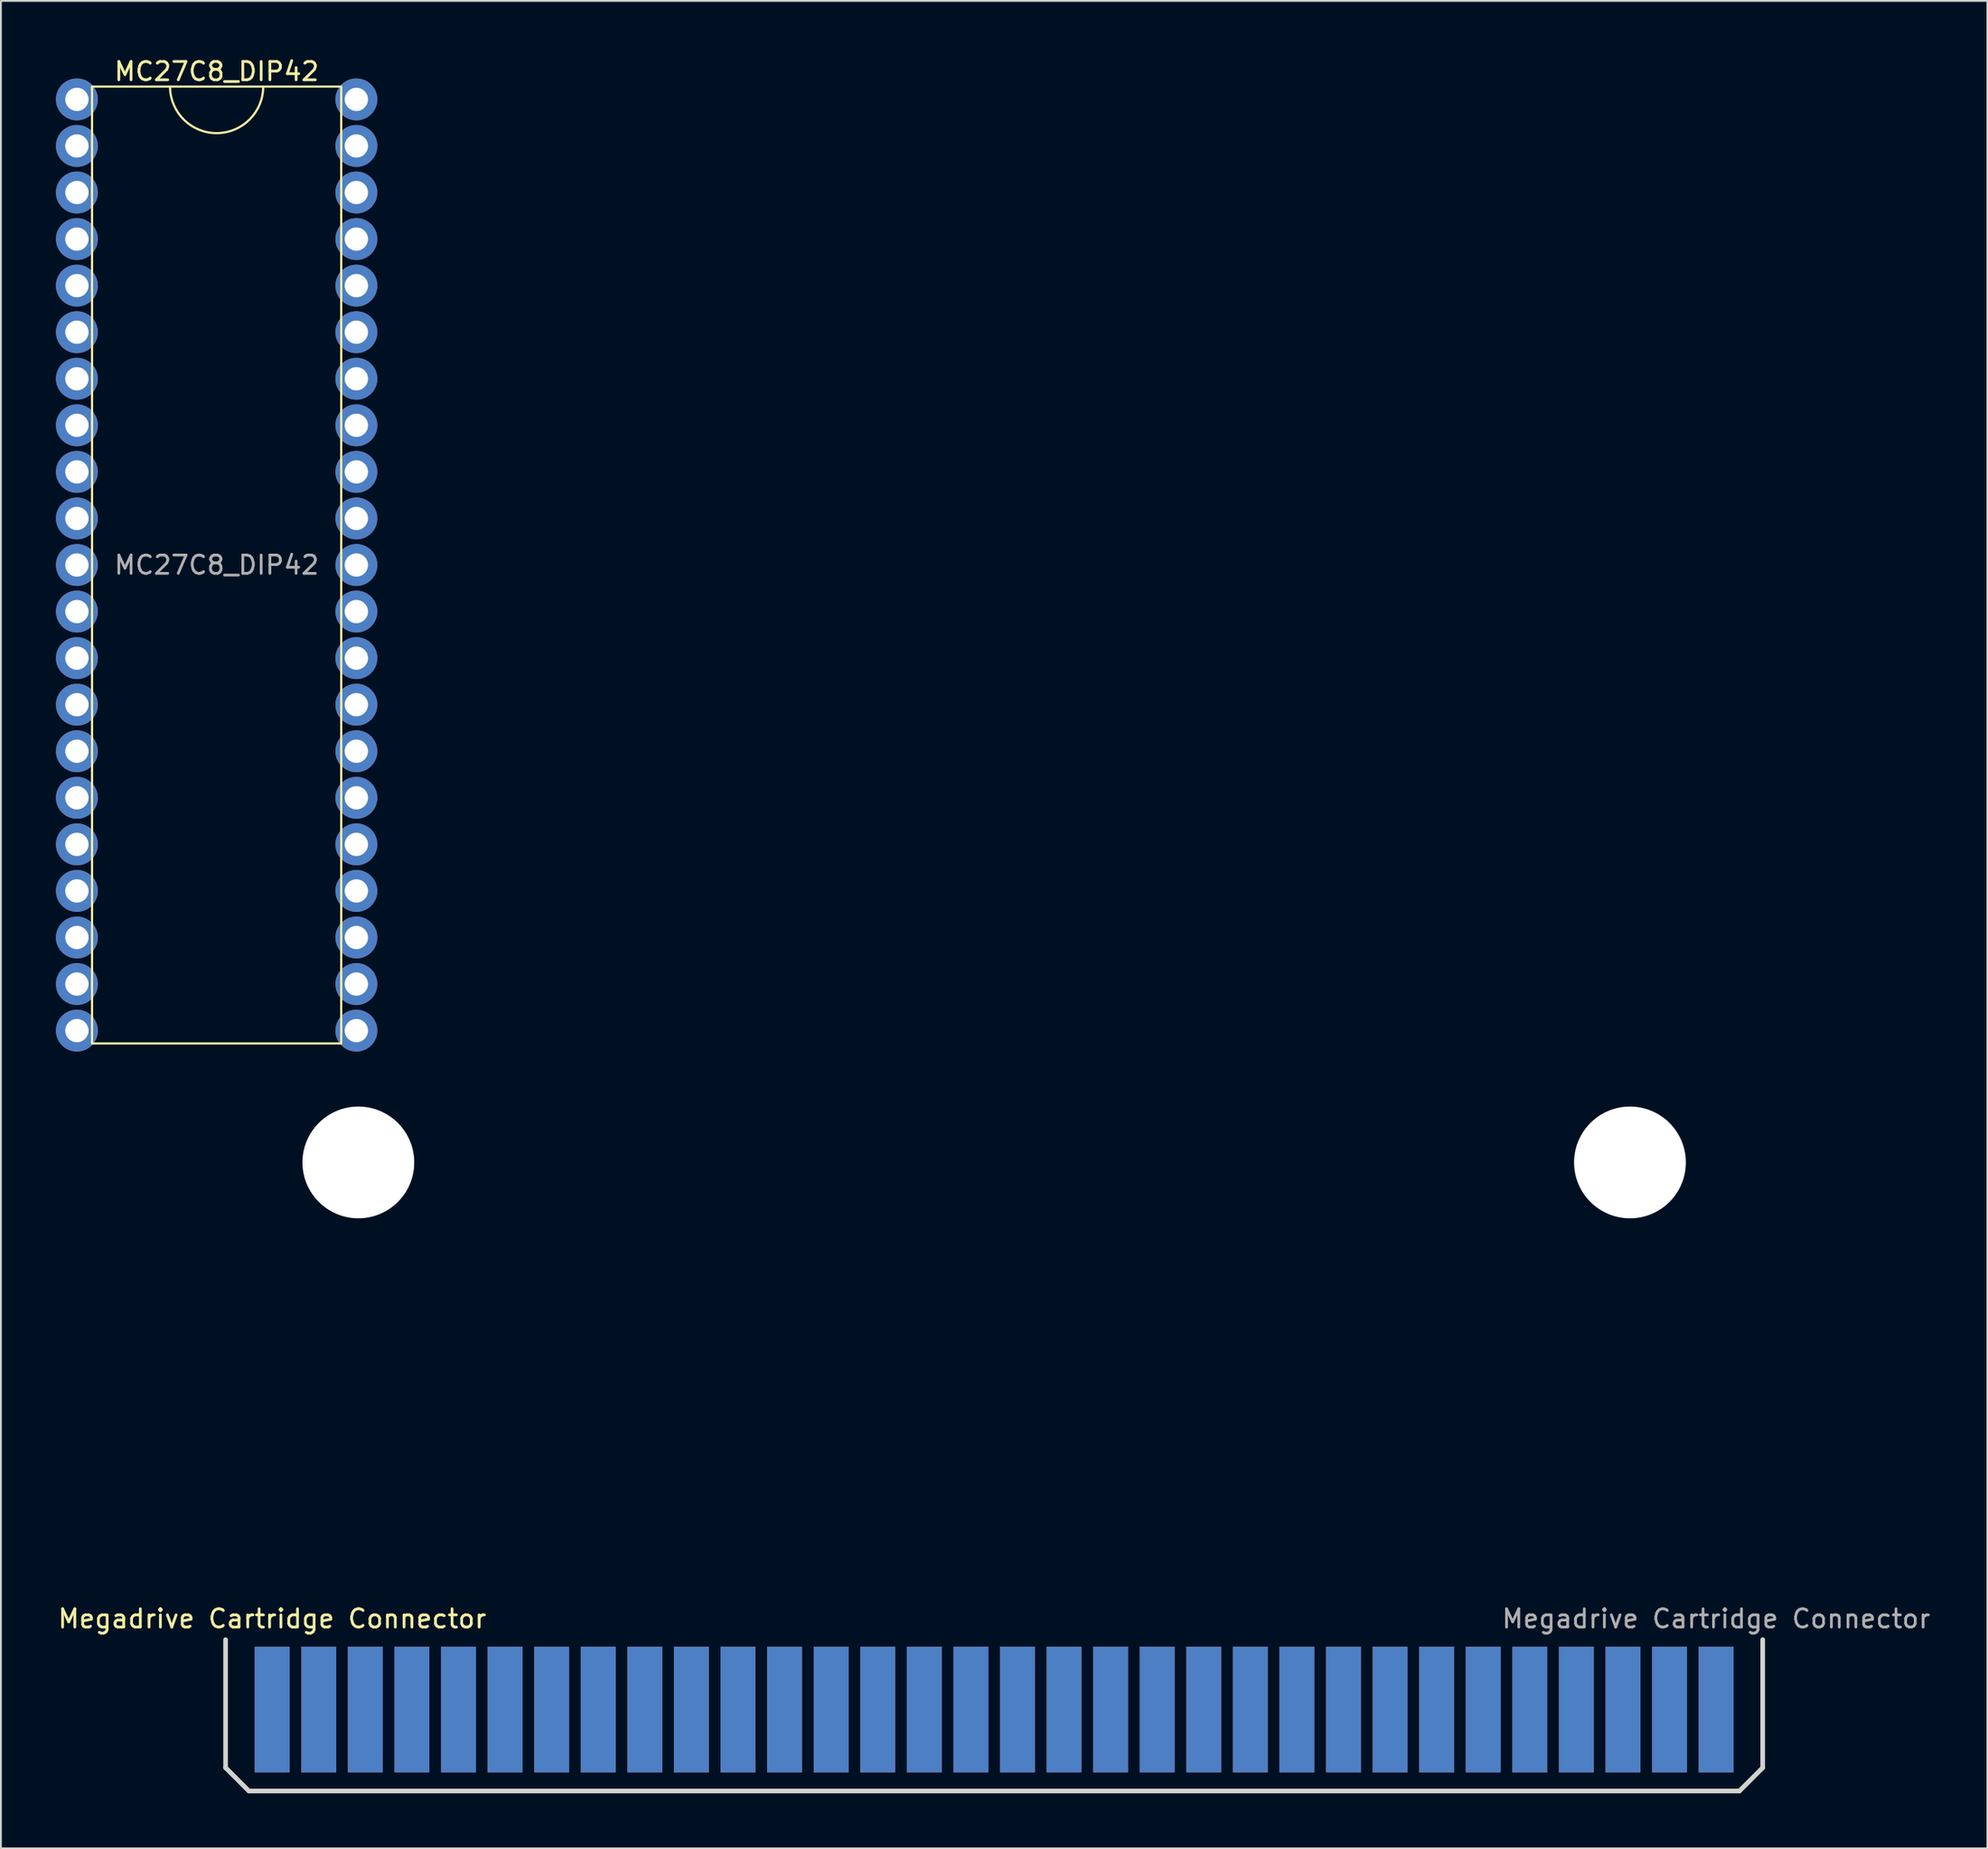
<source format=kicad_pcb>
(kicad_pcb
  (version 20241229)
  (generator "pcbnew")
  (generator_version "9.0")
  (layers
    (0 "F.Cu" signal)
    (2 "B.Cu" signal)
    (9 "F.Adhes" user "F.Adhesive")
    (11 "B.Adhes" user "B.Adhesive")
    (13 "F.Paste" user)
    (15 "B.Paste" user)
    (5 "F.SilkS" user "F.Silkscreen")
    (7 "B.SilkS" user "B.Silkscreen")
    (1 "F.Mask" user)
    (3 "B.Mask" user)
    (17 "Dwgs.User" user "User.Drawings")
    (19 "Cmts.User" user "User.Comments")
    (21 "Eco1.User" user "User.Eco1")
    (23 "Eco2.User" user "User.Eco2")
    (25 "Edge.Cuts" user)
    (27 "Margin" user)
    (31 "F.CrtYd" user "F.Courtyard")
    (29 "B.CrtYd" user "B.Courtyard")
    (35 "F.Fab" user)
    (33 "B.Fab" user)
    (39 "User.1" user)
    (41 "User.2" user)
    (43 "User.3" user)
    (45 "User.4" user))
  (footprint "MC27C8_DIP42"
    (layer "F.Cu")
    (at 8.763 27.772)
    (property "Reference" "MC27C8_DIP42" (at 0 -26.924 0) (unlocked yes) (layer "F.SilkS") (effects (font (size 1 1) (thickness 0.15))))
    (attr through_hole)
    (fp_rect (start -6.795 -26.099) (end 6.795 26.099) (stroke (width 0.12) (type solid)) (fill no) (layer "F.SilkS"))
    (fp_arc (start 2.54 -26.0985) (mid 0.031742 -23.558698) (end -2.539207 -26.03502) (stroke (width 0.12) (type solid)) (layer "F.SilkS"))
    (fp_text user "${REFERENCE}" (at 0 0 0) (unlocked yes) (layer "F.Fab") (effects (font (size 1 1) (thickness 0.15))))
    (pad "1" thru_hole circle (at -7.62 -25.4) (size 2.286 2.286) (drill 1.27) (layers "*.Cu" "*.Mask"))
    (pad "2" thru_hole circle (at -7.62 -22.86) (size 2.286 2.286) (drill 1.27) (layers "*.Cu" "*.Mask"))
    (pad "3" thru_hole circle (at -7.62 -20.32) (size 2.286 2.286) (drill 1.27) (layers "*.Cu" "*.Mask"))
    (pad "4" thru_hole circle (at -7.62 -17.78) (size 2.286 2.286) (drill 1.27) (layers "*.Cu" "*.Mask"))
    (pad "5" thru_hole circle (at -7.62 -15.24) (size 2.286 2.286) (drill 1.27) (layers "*.Cu" "*.Mask"))
    (pad "6" thru_hole circle (at -7.62 -12.7) (size 2.286 2.286) (drill 1.27) (layers "*.Cu" "*.Mask"))
    (pad "7" thru_hole circle (at -7.62 -10.16) (size 2.286 2.286) (drill 1.27) (layers "*.Cu" "*.Mask"))
    (pad "8" thru_hole circle (at -7.62 -7.62) (size 2.286 2.286) (drill 1.27) (layers "*.Cu" "*.Mask"))
    (pad "9" thru_hole circle (at -7.62 -5.08) (size 2.286 2.286) (drill 1.27) (layers "*.Cu" "*.Mask"))
    (pad "10" thru_hole circle (at -7.62 -2.54) (size 2.286 2.286) (drill 1.27) (layers "*.Cu" "*.Mask"))
    (pad "11" thru_hole circle (at -7.62 0) (size 2.286 2.286) (drill 1.27) (layers "*.Cu" "*.Mask"))
    (pad "12" thru_hole circle (at -7.62 2.54) (size 2.286 2.286) (drill 1.27) (layers "*.Cu" "*.Mask"))
    (pad "13" thru_hole circle (at -7.62 5.08) (size 2.286 2.286) (drill 1.27) (layers "*.Cu" "*.Mask"))
    (pad "14" thru_hole circle (at -7.62 7.62) (size 2.286 2.286) (drill 1.27) (layers "*.Cu" "*.Mask"))
    (pad "15" thru_hole circle (at -7.62 10.16) (size 2.286 2.286) (drill 1.27) (layers "*.Cu" "*.Mask"))
    (pad "16" thru_hole circle (at -7.62 12.7) (size 2.286 2.286) (drill 1.27) (layers "*.Cu" "*.Mask"))
    (pad "17" thru_hole circle (at -7.62 15.24) (size 2.286 2.286) (drill 1.27) (layers "*.Cu" "*.Mask"))
    (pad "18" thru_hole circle (at -7.62 17.78) (size 2.286 2.286) (drill 1.27) (layers "*.Cu" "*.Mask"))
    (pad "19" thru_hole circle (at -7.62 20.32) (size 2.286 2.286) (drill 1.27) (layers "*.Cu" "*.Mask"))
    (pad "20" thru_hole circle (at -7.62 22.86) (size 2.286 2.286) (drill 1.27) (layers "*.Cu" "*.Mask"))
    (pad "21" thru_hole circle (at -7.62 25.4) (size 2.286 2.286) (drill 1.27) (layers "*.Cu" "*.Mask"))
    (pad "22" thru_hole circle (at 7.62 25.4) (size 2.286 2.286) (drill 1.27) (layers "*.Cu" "*.Mask"))
    (pad "23" thru_hole circle (at 7.62 22.86) (size 2.286 2.286) (drill 1.27) (layers "*.Cu" "*.Mask"))
    (pad "24" thru_hole circle (at 7.62 20.32) (size 2.286 2.286) (drill 1.27) (layers "*.Cu" "*.Mask"))
    (pad "25" thru_hole circle (at 7.62 17.78) (size 2.286 2.286) (drill 1.27) (layers "*.Cu" "*.Mask"))
    (pad "26" thru_hole circle (at 7.62 15.24) (size 2.286 2.286) (drill 1.27) (layers "*.Cu" "*.Mask"))
    (pad "27" thru_hole circle (at 7.62 12.7) (size 2.286 2.286) (drill 1.27) (layers "*.Cu" "*.Mask"))
    (pad "28" thru_hole circle (at 7.62 10.16) (size 2.286 2.286) (drill 1.27) (layers "*.Cu" "*.Mask"))
    (pad "29" thru_hole circle (at 7.62 7.62) (size 2.286 2.286) (drill 1.27) (layers "*.Cu" "*.Mask"))
    (pad "30" thru_hole circle (at 7.62 5.08) (size 2.286 2.286) (drill 1.27) (layers "*.Cu" "*.Mask"))
    (pad "31" thru_hole circle (at 7.62 2.54) (size 2.286 2.286) (drill 1.27) (layers "*.Cu" "*.Mask"))
    (pad "32" thru_hole circle (at 7.62 0) (size 2.286 2.286) (drill 1.27) (layers "*.Cu" "*.Mask"))
    (pad "33" thru_hole circle (at 7.62 -2.54) (size 2.286 2.286) (drill 1.27) (layers "*.Cu" "*.Mask"))
    (pad "34" thru_hole circle (at 7.62 -5.08) (size 2.286 2.286) (drill 1.27) (layers "*.Cu" "*.Mask"))
    (pad "35" thru_hole circle (at 7.62 -7.62) (size 2.286 2.286) (drill 1.27) (layers "*.Cu" "*.Mask"))
    (pad "36" thru_hole circle (at 7.62 -10.16) (size 2.286 2.286) (drill 1.27) (layers "*.Cu" "*.Mask"))
    (pad "37" thru_hole circle (at 7.62 -12.7) (size 2.286 2.286) (drill 1.27) (layers "*.Cu" "*.Mask"))
    (pad "38" thru_hole circle (at 7.62 -15.24) (size 2.286 2.286) (drill 1.27) (layers "*.Cu" "*.Mask"))
    (pad "39" thru_hole circle (at 7.62 -17.78) (size 2.286 2.286) (drill 1.27) (layers "*.Cu" "*.Mask"))
    (pad "40" thru_hole circle (at 7.62 -20.32) (size 2.286 2.286) (drill 1.27) (layers "*.Cu" "*.Mask"))
    (pad "41" thru_hole circle (at 7.62 -22.86) (size 2.286 2.286) (drill 1.27) (layers "*.Cu" "*.Mask"))
    (pad "42" thru_hole circle (at 7.62 -25.4) (size 2.286 2.286) (drill 1.27) (layers "*.Cu" "*.Mask")))
  (footprint "Megadrive Cartridge Connector"
    (layer "F.Cu")
    (at 51.162 77.635)
    (property "Reference" "Megadrive Cartridge Connector" (at -39.37 7.62 0) (unlocked yes) (layer "F.SilkS") (effects (font (size 1 1) (thickness 0.15))))
    (attr through_hole)
    (fp_poly (pts (xy -41.91 8.636) (xy 41.91 8.636) (xy 41.91 15.621) (xy 40.64 16.891) (xy -40.64 16.891) (xy -41.91 15.621)) (stroke (width 0.1) (type solid)) (fill yes) (layer "F.Mask"))
    (fp_poly (pts (xy -41.91 8.636) (xy 41.91 8.636) (xy 41.91 15.621) (xy 40.64 16.891) (xy -40.64 16.891) (xy -41.91 15.621)) (stroke (width 0.1) (type solid)) (fill yes) (layer "B.Mask"))
    (fp_line (start -41.91 8.763) (end -41.91 15.748) (stroke (width 0.254) (type solid)) (layer "Edge.Cuts"))
    (fp_line (start -41.91 15.748) (end -40.64 17.018) (stroke (width 0.254) (type solid)) (layer "Edge.Cuts"))
    (fp_line (start -40.64 17.018) (end 40.64 17.018) (stroke (width 0.254) (type solid)) (layer "Edge.Cuts"))
    (fp_line (start 40.64 17.018) (end 41.91 15.748) (stroke (width 0.254) (type solid)) (layer "Edge.Cuts"))
    (fp_line (start 41.91 15.748) (end 41.91 8.763) (stroke (width 0.254) (type solid)) (layer "Edge.Cuts"))
    (fp_text user "${REFERENCE}" (at 39.37 7.62 0) (unlocked yes) (layer "F.Fab") (effects (font (size 1 1) (thickness 0.15))))
    (pad "" np_thru_hole circle (at -34.671 -17.272) (size 6.096 6.096) (drill 6.096) (layers "*.Cu" "*.Mask"))
    (pad "" np_thru_hole circle (at 34.671 -17.272) (size 6.096 6.096) (drill 6.096) (layers "*.Cu" "*.Mask"))
    (pad "A1" smd rect (at -39.37 12.573) (size 1.905 6.858) (layers "B.Cu"))
    (pad "A2" smd rect (at -36.83 12.573) (size 1.905 6.858) (layers "B.Cu"))
    (pad "A3" smd rect (at -34.29 12.573) (size 1.905 6.858) (layers "B.Cu"))
    (pad "A4" smd rect (at -31.75 12.573) (size 1.905 6.858) (layers "B.Cu"))
    (pad "A5" smd rect (at -29.21 12.573) (size 1.905 6.858) (layers "B.Cu"))
    (pad "A6" smd rect (at -26.67 12.573) (size 1.905 6.858) (layers "B.Cu"))
    (pad "A7" smd rect (at -24.13 12.573) (size 1.905 6.858) (layers "B.Cu"))
    (pad "A8" smd rect (at -21.59 12.573) (size 1.905 6.858) (layers "B.Cu"))
    (pad "A9" smd rect (at -19.05 12.573) (size 1.905 6.858) (layers "B.Cu"))
    (pad "A10" smd rect (at -16.51 12.573) (size 1.905 6.858) (layers "B.Cu"))
    (pad "A11" smd rect (at -13.97 12.573) (size 1.905 6.858) (layers "B.Cu"))
    (pad "A12" smd rect (at -11.43 12.573) (size 1.905 6.858) (layers "B.Cu"))
    (pad "A13" smd rect (at -8.89 12.573) (size 1.905 6.858) (layers "B.Cu"))
    (pad "A14" smd rect (at -6.35 12.573) (size 1.905 6.858) (layers "B.Cu"))
    (pad "A15" smd rect (at -3.81 12.573) (size 1.905 6.858) (layers "B.Cu"))
    (pad "A16" smd rect (at -1.27 12.573) (size 1.905 6.858) (layers "B.Cu"))
    (pad "A17" smd rect (at 1.27 12.573) (size 1.905 6.858) (layers "B.Cu"))
    (pad "A18" smd rect (at 3.81 12.573) (size 1.905 6.858) (layers "B.Cu"))
    (pad "A19" smd rect (at 6.35 12.573) (size 1.905 6.858) (layers "B.Cu"))
    (pad "A20" smd rect (at 8.89 12.573) (size 1.905 6.858) (layers "B.Cu"))
    (pad "A21" smd rect (at 11.43 12.573) (size 1.905 6.858) (layers "B.Cu"))
    (pad "A22" smd rect (at 13.97 12.573) (size 1.905 6.858) (layers "B.Cu"))
    (pad "A23" smd rect (at 16.51 12.573) (size 1.905 6.858) (layers "B.Cu"))
    (pad "A24" smd rect (at 19.05 12.573) (size 1.905 6.858) (layers "B.Cu"))
    (pad "A25" smd rect (at 21.59 12.573) (size 1.905 6.858) (layers "B.Cu"))
    (pad "A26" smd rect (at 24.13 12.573) (size 1.905 6.858) (layers "B.Cu"))
    (pad "A27" smd rect (at 26.67 12.573) (size 1.905 6.858) (layers "B.Cu"))
    (pad "A28" smd rect (at 29.21 12.573) (size 1.905 6.858) (layers "B.Cu"))
    (pad "A29" smd rect (at 31.75 12.573) (size 1.905 6.858) (layers "B.Cu"))
    (pad "A30" smd rect (at 34.29 12.573) (size 1.905 6.858) (layers "B.Cu"))
    (pad "A31" smd rect (at 36.83 12.573) (size 1.905 6.858) (layers "B.Cu"))
    (pad "A32" smd rect (at 39.37 12.573) (size 1.905 6.858) (layers "B.Cu"))
    (pad "B1" smd rect (at -39.37 12.573) (size 1.905 6.858) (layers "F.Cu"))
    (pad "B2" smd rect (at -36.83 12.573) (size 1.905 6.858) (layers "F.Cu"))
    (pad "B3" smd rect (at -34.29 12.573) (size 1.905 6.858) (layers "F.Cu"))
    (pad "B4" smd rect (at -31.75 12.573) (size 1.905 6.858) (layers "F.Cu"))
    (pad "B5" smd rect (at -29.21 12.573) (size 1.905 6.858) (layers "F.Cu"))
    (pad "B6" smd rect (at -26.67 12.573) (size 1.905 6.858) (layers "F.Cu"))
    (pad "B7" smd rect (at -24.13 12.573) (size 1.905 6.858) (layers "F.Cu"))
    (pad "B8" smd rect (at -21.59 12.573) (size 1.905 6.858) (layers "F.Cu"))
    (pad "B9" smd rect (at -19.05 12.573) (size 1.905 6.858) (layers "F.Cu"))
    (pad "B10" smd rect (at -16.51 12.573) (size 1.905 6.858) (layers "F.Cu"))
    (pad "B11" smd rect (at -13.97 12.573) (size 1.905 6.858) (layers "F.Cu"))
    (pad "B12" smd rect (at -11.43 12.573) (size 1.905 6.858) (layers "F.Cu"))
    (pad "B13" smd rect (at -8.89 12.573) (size 1.905 6.858) (layers "F.Cu"))
    (pad "B14" smd rect (at -6.35 12.573) (size 1.905 6.858) (layers "F.Cu"))
    (pad "B15" smd rect (at -3.81 12.573) (size 1.905 6.858) (layers "F.Cu"))
    (pad "B16" smd rect (at -1.27 12.573) (size 1.905 6.858) (layers "F.Cu"))
    (pad "B17" smd rect (at 1.27 12.573) (size 1.905 6.858) (layers "F.Cu"))
    (pad "B18" smd rect (at 3.81 12.573) (size 1.905 6.858) (layers "F.Cu"))
    (pad "B19" smd rect (at 6.35 12.573) (size 1.905 6.858) (layers "F.Cu"))
    (pad "B20" smd rect (at 8.89 12.573) (size 1.905 6.858) (layers "F.Cu"))
    (pad "B21" smd rect (at 11.43 12.573) (size 1.905 6.858) (layers "F.Cu"))
    (pad "B22" smd rect (at 13.97 12.573) (size 1.905 6.858) (layers "F.Cu"))
    (pad "B23" smd rect (at 16.51 12.573) (size 1.905 6.858) (layers "F.Cu"))
    (pad "B24" smd rect (at 19.05 12.573) (size 1.905 6.858) (layers "F.Cu"))
    (pad "B25" smd rect (at 21.59 12.573) (size 1.905 6.858) (layers "F.Cu"))
    (pad "B26" smd rect (at 24.13 12.573) (size 1.905 6.858) (layers "F.Cu"))
    (pad "B27" smd rect (at 26.67 12.573) (size 1.905 6.858) (layers "F.Cu"))
    (pad "B28" smd rect (at 29.21 12.573) (size 1.905 6.858) (layers "F.Cu"))
    (pad "B29" smd rect (at 31.75 12.573) (size 1.905 6.858) (layers "F.Cu"))
    (pad "B30" smd rect (at 34.29 12.573) (size 1.905 6.858) (layers "F.Cu"))
    (pad "B31" smd rect (at 36.83 12.573) (size 1.905 6.858) (layers "F.Cu"))
    (pad "B32" smd rect (at 39.37 12.573) (size 1.905 6.858) (layers "F.Cu")))
  (gr_rect
    (start -3 -3)
    (end 105.323 97.78)
    (stroke (width 0.1) (type default))
    (fill no)
    (layer "Edge.Cuts")))
</source>
